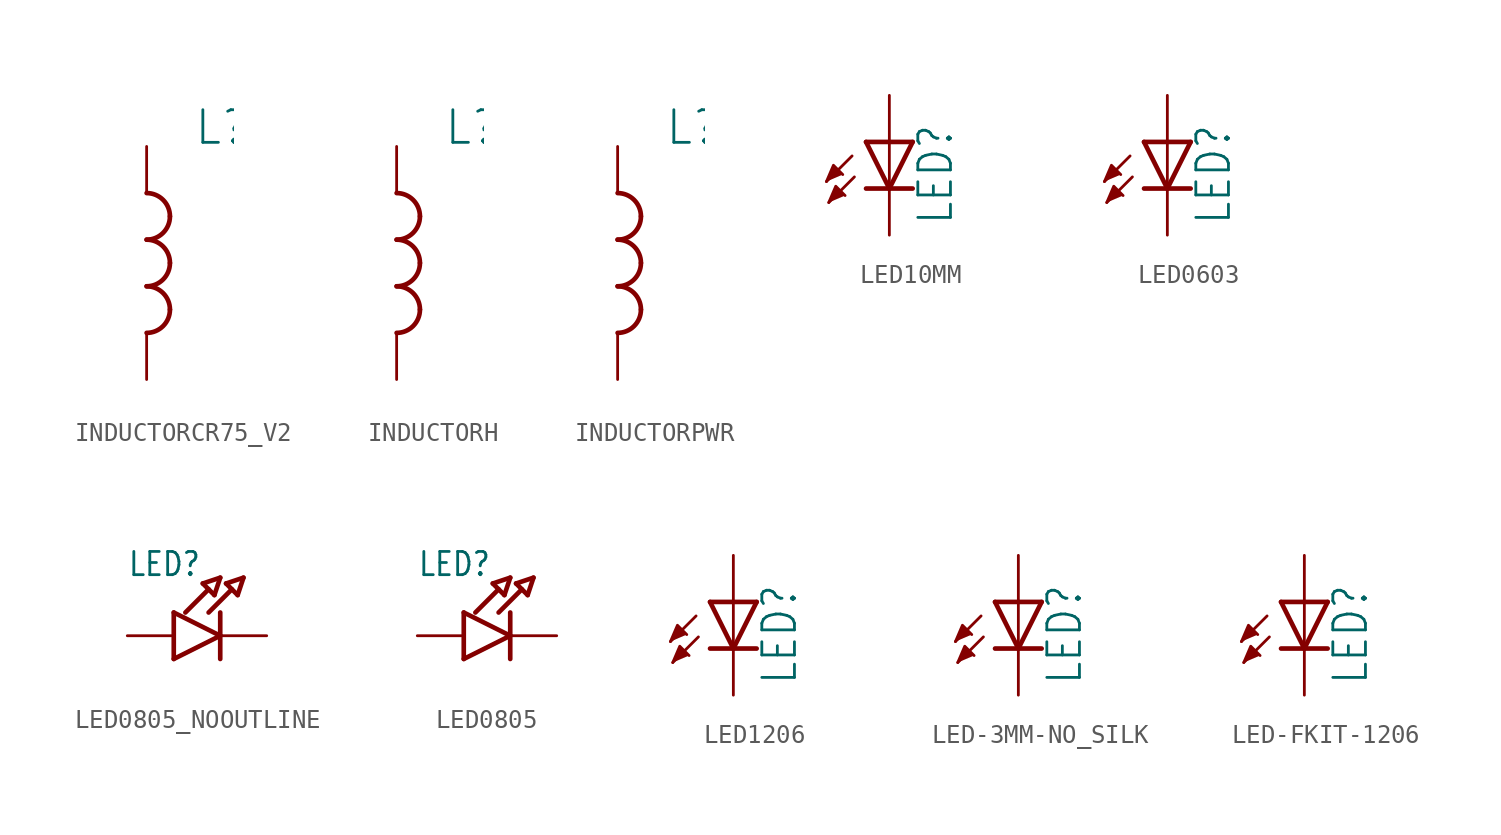
<source format=kicad_sym>
(kicad_symbol_lib
  (version 20231120)
  (generator "kicad_symbol_editor")
  (generator_version "8.0")
  (symbol "INDUCTORCR75_V2"
    (property "Reference" "L"
      (at 2.54 5.08 0)
      (effects (font (size 1.778 1.778)) (justify left bottom)))
    (property "Value" ""
      (at 2.54 -5.08 0)
      (effects (font (size 1.778 1.778)) (justify left bottom)))
    (property "ki_locked" ""
      (at 0 0 0)
      (effects (font (size 1.27 1.27))))
    (symbol "INDUCTORCR75_V2_1_0"
      (arc (start 0 -5.08) (mid 0.898 -4.708) (end 1.27 -3.81) (stroke (width 0.254) (type solid)) (fill (type none)))
      (arc (start 0 -2.54) (mid 0.898 -2.168) (end 1.27 -1.27) (stroke (width 0.254) (type solid)) (fill (type none)))
      (arc (start 0 0) (mid 0.898 0.372) (end 1.27 1.27) (stroke (width 0.254) (type solid)) (fill (type none)))
      (arc (start 1.27 -3.81) (mid 0.898 -2.912) (end 0 -2.54) (stroke (width 0.254) (type solid)) (fill (type none)))
      (arc (start 1.27 -1.27) (mid 0.898 -0.372) (end 0 0) (stroke (width 0.254) (type solid)) (fill (type none)))
      (arc (start 1.27 1.27) (mid 0.898 2.168) (end 0 2.54) (stroke (width 0.254) (type solid)) (fill (type none)))
      (pin passive line (at 0 5.08 270) (length 2.54) (name "1" (effects (font (size 0 0)))) (number "P$1" (effects (font (size 0 0)))))
      (pin passive line (at 0 -7.62 90) (length 2.54) (name "2" (effects (font (size 0 0)))) (number "P$2" (effects (font (size 0 0)))))))
  (symbol "INDUCTORH"
    (property "Reference" "L"
      (at 2.54 5.08 0)
      (effects (font (size 1.778 1.778)) (justify left bottom)))
    (property "Value" ""
      (at 2.54 -5.08 0)
      (effects (font (size 1.778 1.778)) (justify left bottom)))
    (property "ki_locked" ""
      (at 0 0 0)
      (effects (font (size 1.27 1.27))))
    (symbol "INDUCTORH_1_0"
      (arc (start 0 -5.08) (mid 0.898 -4.708) (end 1.27 -3.81) (stroke (width 0.254) (type solid)) (fill (type none)))
      (arc (start 0 -2.54) (mid 0.898 -2.168) (end 1.27 -1.27) (stroke (width 0.254) (type solid)) (fill (type none)))
      (arc (start 0 0) (mid 0.898 0.372) (end 1.27 1.27) (stroke (width 0.254) (type solid)) (fill (type none)))
      (arc (start 1.27 -3.81) (mid 0.898 -2.912) (end 0 -2.54) (stroke (width 0.254) (type solid)) (fill (type none)))
      (arc (start 1.27 -1.27) (mid 0.898 -0.372) (end 0 0) (stroke (width 0.254) (type solid)) (fill (type none)))
      (arc (start 1.27 1.27) (mid 0.898 2.168) (end 0 2.54) (stroke (width 0.254) (type solid)) (fill (type none)))
      (pin passive line (at 0 5.08 270) (length 2.54) (name "1" (effects (font (size 0 0)))) (number "P$1" (effects (font (size 0 0)))))
      (pin passive line (at 0 -7.62 90) (length 2.54) (name "2" (effects (font (size 0 0)))) (number "P$2" (effects (font (size 0 0)))))))
  (symbol "INDUCTORPWR"
    (property "Reference" "L"
      (at 2.54 5.08 0)
      (effects (font (size 1.778 1.778)) (justify left bottom)))
    (property "Value" ""
      (at 2.54 -5.08 0)
      (effects (font (size 1.778 1.778)) (justify left bottom)))
    (property "ki_locked" ""
      (at 0 0 0)
      (effects (font (size 1.27 1.27))))
    (symbol "INDUCTORPWR_1_0"
      (arc (start 0 -5.08) (mid 0.898 -4.708) (end 1.27 -3.81) (stroke (width 0.254) (type solid)) (fill (type none)))
      (arc (start 0 -2.54) (mid 0.898 -2.168) (end 1.27 -1.27) (stroke (width 0.254) (type solid)) (fill (type none)))
      (arc (start 0 0) (mid 0.898 0.372) (end 1.27 1.27) (stroke (width 0.254) (type solid)) (fill (type none)))
      (arc (start 1.27 -3.81) (mid 0.898 -2.912) (end 0 -2.54) (stroke (width 0.254) (type solid)) (fill (type none)))
      (arc (start 1.27 -1.27) (mid 0.898 -0.372) (end 0 0) (stroke (width 0.254) (type solid)) (fill (type none)))
      (arc (start 1.27 1.27) (mid 0.898 2.168) (end 0 2.54) (stroke (width 0.254) (type solid)) (fill (type none)))
      (pin passive line (at 0 5.08 270) (length 2.54) (name "1" (effects (font (size 0 0)))) (number "1" (effects (font (size 0 0)))))
      (pin passive line (at 0 -7.62 90) (length 2.54) (name "2" (effects (font (size 0 0)))) (number "2" (effects (font (size 0 0)))))))
  (symbol "LED10MM"
    (property "Reference" "LED"
      (at 3.556 -4.572 90)
      (effects (font (size 1.778 1.511)) (justify left bottom)))
    (property "Value" ""
      (at 5.715 -4.572 90)
      (effects (font (size 1.778 1.511)) (justify left bottom)))
    (property "ki_locked" ""
      (at 0 0 0)
      (effects (font (size 1.27 1.27))))
    (symbol "LED10MM_1_0"
      (polyline (pts (xy -2.032 -0.762) (xy -3.429 -2.159)) (stroke (width 0.152) (type solid)) (fill (type none)))
      (polyline (pts (xy -1.905 -1.905) (xy -3.302 -3.302)) (stroke (width 0.152) (type solid)) (fill (type none)))
      (polyline (pts (xy 0 -2.54) (xy -1.27 -2.54)) (stroke (width 0.254) (type solid)) (fill (type none)))
      (polyline (pts (xy 0 -2.54) (xy -1.27 0)) (stroke (width 0.254) (type solid)) (fill (type none)))
      (polyline (pts (xy 0 0) (xy -1.27 0)) (stroke (width 0.254) (type solid)) (fill (type none)))
      (polyline (pts (xy 0 0) (xy 0 -2.54)) (stroke (width 0.152) (type solid)) (fill (type none)))
      (polyline (pts (xy 1.27 -2.54) (xy 0 -2.54)) (stroke (width 0.254) (type solid)) (fill (type none)))
      (polyline (pts (xy 1.27 0) (xy 0 -2.54)) (stroke (width 0.254) (type solid)) (fill (type none)))
      (polyline (pts (xy 1.27 0) (xy 0 0)) (stroke (width 0.254) (type solid)) (fill (type none)))
      (polyline (pts (xy -3.429 -2.159) (xy -3.048 -1.27) (xy -2.54 -1.778)) (stroke (width 0.152) (type solid)) (fill (type outline)))
      (polyline (pts (xy -3.302 -3.302) (xy -2.921 -2.413) (xy -2.413 -2.921)) (stroke (width 0.152) (type solid)) (fill (type outline)))
      (pin passive line (at 0 2.54 270) (length 2.54) (name "A" (effects (font (size 0 0)))) (number "A" (effects (font (size 0 0)))))
      (pin passive line (at 0 -5.08 90) (length 2.54) (name "C" (effects (font (size 0 0)))) (number "C" (effects (font (size 0 0)))))))
  (symbol "LED0603"
    (property "Reference" "LED"
      (at 3.556 -4.572 90)
      (effects (font (size 1.778 1.511)) (justify left bottom)))
    (property "Value" ""
      (at 5.715 -4.572 90)
      (effects (font (size 1.778 1.511)) (justify left bottom)))
    (property "ki_locked" ""
      (at 0 0 0)
      (effects (font (size 1.27 1.27))))
    (symbol "LED0603_1_0"
      (polyline (pts (xy -2.032 -0.762) (xy -3.429 -2.159)) (stroke (width 0.152) (type solid)) (fill (type none)))
      (polyline (pts (xy -1.905 -1.905) (xy -3.302 -3.302)) (stroke (width 0.152) (type solid)) (fill (type none)))
      (polyline (pts (xy 0 -2.54) (xy -1.27 -2.54)) (stroke (width 0.254) (type solid)) (fill (type none)))
      (polyline (pts (xy 0 -2.54) (xy -1.27 0)) (stroke (width 0.254) (type solid)) (fill (type none)))
      (polyline (pts (xy 0 0) (xy -1.27 0)) (stroke (width 0.254) (type solid)) (fill (type none)))
      (polyline (pts (xy 0 0) (xy 0 -2.54)) (stroke (width 0.152) (type solid)) (fill (type none)))
      (polyline (pts (xy 1.27 -2.54) (xy 0 -2.54)) (stroke (width 0.254) (type solid)) (fill (type none)))
      (polyline (pts (xy 1.27 0) (xy 0 -2.54)) (stroke (width 0.254) (type solid)) (fill (type none)))
      (polyline (pts (xy 1.27 0) (xy 0 0)) (stroke (width 0.254) (type solid)) (fill (type none)))
      (polyline (pts (xy -3.429 -2.159) (xy -3.048 -1.27) (xy -2.54 -1.778)) (stroke (width 0.152) (type solid)) (fill (type outline)))
      (polyline (pts (xy -3.302 -3.302) (xy -2.921 -2.413) (xy -2.413 -2.921)) (stroke (width 0.152) (type solid)) (fill (type outline)))
      (pin passive line (at 0 2.54 270) (length 2.54) (name "A" (effects (font (size 0 0)))) (number "A" (effects (font (size 0 0)))))
      (pin passive line (at 0 -5.08 90) (length 2.54) (name "C" (effects (font (size 0 0)))) (number "C" (effects (font (size 0 0)))))))
  (symbol "LED0805_NOOUTLINE"
    (property "Reference" "LED"
      (at -5.08 3.175 0)
      (effects (font (size 1.27 1.079)) (justify left bottom)))
    (property "Value" ""
      (at -5.08 -2.794 0)
      (effects (font (size 1.27 1.079)) (justify left bottom)))
    (property "ki_locked" ""
      (at 0 0 0)
      (effects (font (size 1.27 1.27))))
    (symbol "LED0805_NOOUTLINE_1_0"
      (polyline (pts (xy -2.54 -1.27) (xy 0 0)) (stroke (width 0.254) (type solid)) (fill (type none)))
      (polyline (pts (xy -2.54 1.27) (xy -2.54 -1.27)) (stroke (width 0.254) (type solid)) (fill (type none)))
      (polyline (pts (xy -1.905 1.27) (xy -0.635 2.54)) (stroke (width 0.254) (type solid)) (fill (type none)))
      (polyline (pts (xy -0.953 2.857) (xy -0.318 2.223)) (stroke (width 0.254) (type solid)) (fill (type none)))
      (polyline (pts (xy -0.635 1.27) (xy 0.635 2.54)) (stroke (width 0.254) (type solid)) (fill (type none)))
      (polyline (pts (xy -0.318 2.223) (xy 0 3.175)) (stroke (width 0.254) (type solid)) (fill (type none)))
      (polyline (pts (xy 0 0) (xy -2.54 1.27)) (stroke (width 0.254) (type solid)) (fill (type none)))
      (polyline (pts (xy 0 0) (xy 0 -1.27)) (stroke (width 0.254) (type solid)) (fill (type none)))
      (polyline (pts (xy 0 1.27) (xy 0 0)) (stroke (width 0.254) (type solid)) (fill (type none)))
      (polyline (pts (xy 0 3.175) (xy -0.953 2.857)) (stroke (width 0.254) (type solid)) (fill (type none)))
      (polyline (pts (xy 0.318 2.857) (xy 0.953 2.223)) (stroke (width 0.254) (type solid)) (fill (type none)))
      (polyline (pts (xy 0.953 2.223) (xy 1.27 3.175)) (stroke (width 0.254) (type solid)) (fill (type none)))
      (polyline (pts (xy 1.27 3.175) (xy 0.318 2.857)) (stroke (width 0.254) (type solid)) (fill (type none)))
      (pin passive line (at -5.08 0 0) (length 2.54) (name "A" (effects (font (size 0 0)))) (number "A" (effects (font (size 0 0)))))
      (pin passive line (at 2.54 0 180) (length 2.54) (name "C" (effects (font (size 0 0)))) (number "C" (effects (font (size 0 0)))))))
  (symbol "LED0805"
    (property "Reference" "LED"
      (at -5.08 3.175 0)
      (effects (font (size 1.27 1.079)) (justify left bottom)))
    (property "Value" ""
      (at -5.08 -2.794 0)
      (effects (font (size 1.27 1.079)) (justify left bottom)))
    (property "ki_locked" ""
      (at 0 0 0)
      (effects (font (size 1.27 1.27))))
    (symbol "LED0805_1_0"
      (polyline (pts (xy -2.54 -1.27) (xy 0 0)) (stroke (width 0.254) (type solid)) (fill (type none)))
      (polyline (pts (xy -2.54 1.27) (xy -2.54 -1.27)) (stroke (width 0.254) (type solid)) (fill (type none)))
      (polyline (pts (xy -1.905 1.27) (xy -0.635 2.54)) (stroke (width 0.254) (type solid)) (fill (type none)))
      (polyline (pts (xy -0.953 2.857) (xy -0.318 2.223)) (stroke (width 0.254) (type solid)) (fill (type none)))
      (polyline (pts (xy -0.635 1.27) (xy 0.635 2.54)) (stroke (width 0.254) (type solid)) (fill (type none)))
      (polyline (pts (xy -0.318 2.223) (xy 0 3.175)) (stroke (width 0.254) (type solid)) (fill (type none)))
      (polyline (pts (xy 0 0) (xy -2.54 1.27)) (stroke (width 0.254) (type solid)) (fill (type none)))
      (polyline (pts (xy 0 0) (xy 0 -1.27)) (stroke (width 0.254) (type solid)) (fill (type none)))
      (polyline (pts (xy 0 1.27) (xy 0 0)) (stroke (width 0.254) (type solid)) (fill (type none)))
      (polyline (pts (xy 0 3.175) (xy -0.953 2.857)) (stroke (width 0.254) (type solid)) (fill (type none)))
      (polyline (pts (xy 0.318 2.857) (xy 0.953 2.223)) (stroke (width 0.254) (type solid)) (fill (type none)))
      (polyline (pts (xy 0.953 2.223) (xy 1.27 3.175)) (stroke (width 0.254) (type solid)) (fill (type none)))
      (polyline (pts (xy 1.27 3.175) (xy 0.318 2.857)) (stroke (width 0.254) (type solid)) (fill (type none)))
      (pin passive line (at -5.08 0 0) (length 2.54) (name "A" (effects (font (size 0 0)))) (number "A" (effects (font (size 0 0)))))
      (pin passive line (at 2.54 0 180) (length 2.54) (name "C" (effects (font (size 0 0)))) (number "C" (effects (font (size 0 0)))))))
  (symbol "LED1206"
    (property "Reference" "LED"
      (at 3.556 -4.572 90)
      (effects (font (size 1.778 1.511)) (justify left bottom)))
    (property "Value" ""
      (at 5.715 -4.572 90)
      (effects (font (size 1.778 1.511)) (justify left bottom)))
    (property "ki_locked" ""
      (at 0 0 0)
      (effects (font (size 1.27 1.27))))
    (symbol "LED1206_1_0"
      (polyline (pts (xy -2.032 -0.762) (xy -3.429 -2.159)) (stroke (width 0.152) (type solid)) (fill (type none)))
      (polyline (pts (xy -1.905 -1.905) (xy -3.302 -3.302)) (stroke (width 0.152) (type solid)) (fill (type none)))
      (polyline (pts (xy 0 -2.54) (xy -1.27 -2.54)) (stroke (width 0.254) (type solid)) (fill (type none)))
      (polyline (pts (xy 0 -2.54) (xy -1.27 0)) (stroke (width 0.254) (type solid)) (fill (type none)))
      (polyline (pts (xy 0 0) (xy -1.27 0)) (stroke (width 0.254) (type solid)) (fill (type none)))
      (polyline (pts (xy 0 0) (xy 0 -2.54)) (stroke (width 0.152) (type solid)) (fill (type none)))
      (polyline (pts (xy 1.27 -2.54) (xy 0 -2.54)) (stroke (width 0.254) (type solid)) (fill (type none)))
      (polyline (pts (xy 1.27 0) (xy 0 -2.54)) (stroke (width 0.254) (type solid)) (fill (type none)))
      (polyline (pts (xy 1.27 0) (xy 0 0)) (stroke (width 0.254) (type solid)) (fill (type none)))
      (polyline (pts (xy -3.429 -2.159) (xy -3.048 -1.27) (xy -2.54 -1.778)) (stroke (width 0.152) (type solid)) (fill (type outline)))
      (polyline (pts (xy -3.302 -3.302) (xy -2.921 -2.413) (xy -2.413 -2.921)) (stroke (width 0.152) (type solid)) (fill (type outline)))
      (pin passive line (at 0 2.54 270) (length 2.54) (name "A" (effects (font (size 0 0)))) (number "A" (effects (font (size 0 0)))))
      (pin passive line (at 0 -5.08 90) (length 2.54) (name "C" (effects (font (size 0 0)))) (number "C" (effects (font (size 0 0)))))))
  (symbol "LED-3MM-NO_SILK"
    (property "Reference" "LED"
      (at 3.556 -4.572 90)
      (effects (font (size 1.778 1.511)) (justify left bottom)))
    (property "Value" ""
      (at 5.715 -4.572 90)
      (effects (font (size 1.778 1.511)) (justify left bottom)))
    (property "ki_locked" ""
      (at 0 0 0)
      (effects (font (size 1.27 1.27))))
    (symbol "LED-3MM-NO_SILK_1_0"
      (polyline (pts (xy -2.032 -0.762) (xy -3.429 -2.159)) (stroke (width 0.152) (type solid)) (fill (type none)))
      (polyline (pts (xy -1.905 -1.905) (xy -3.302 -3.302)) (stroke (width 0.152) (type solid)) (fill (type none)))
      (polyline (pts (xy 0 -2.54) (xy -1.27 -2.54)) (stroke (width 0.254) (type solid)) (fill (type none)))
      (polyline (pts (xy 0 -2.54) (xy -1.27 0)) (stroke (width 0.254) (type solid)) (fill (type none)))
      (polyline (pts (xy 0 0) (xy -1.27 0)) (stroke (width 0.254) (type solid)) (fill (type none)))
      (polyline (pts (xy 0 0) (xy 0 -2.54)) (stroke (width 0.152) (type solid)) (fill (type none)))
      (polyline (pts (xy 1.27 -2.54) (xy 0 -2.54)) (stroke (width 0.254) (type solid)) (fill (type none)))
      (polyline (pts (xy 1.27 0) (xy 0 -2.54)) (stroke (width 0.254) (type solid)) (fill (type none)))
      (polyline (pts (xy 1.27 0) (xy 0 0)) (stroke (width 0.254) (type solid)) (fill (type none)))
      (polyline (pts (xy -3.429 -2.159) (xy -3.048 -1.27) (xy -2.54 -1.778)) (stroke (width 0.152) (type solid)) (fill (type outline)))
      (polyline (pts (xy -3.302 -3.302) (xy -2.921 -2.413) (xy -2.413 -2.921)) (stroke (width 0.152) (type solid)) (fill (type outline)))
      (pin passive line (at 0 2.54 270) (length 2.54) (name "A" (effects (font (size 0 0)))) (number "A" (effects (font (size 0 0)))))
      (pin passive line (at 0 -5.08 90) (length 2.54) (name "C" (effects (font (size 0 0)))) (number "K" (effects (font (size 0 0)))))))
  (symbol "LED-FKIT-1206"
    (property "Reference" "LED"
      (at 3.556 -4.572 90)
      (effects (font (size 1.778 1.511)) (justify left bottom)))
    (property "Value" ""
      (at 5.715 -4.572 90)
      (effects (font (size 1.778 1.511)) (justify left bottom)))
    (property "ki_locked" ""
      (at 0 0 0)
      (effects (font (size 1.27 1.27))))
    (symbol "LED-FKIT-1206_1_0"
      (polyline (pts (xy -2.032 -0.762) (xy -3.429 -2.159)) (stroke (width 0.152) (type solid)) (fill (type none)))
      (polyline (pts (xy -1.905 -1.905) (xy -3.302 -3.302)) (stroke (width 0.152) (type solid)) (fill (type none)))
      (polyline (pts (xy 0 -2.54) (xy -1.27 -2.54)) (stroke (width 0.254) (type solid)) (fill (type none)))
      (polyline (pts (xy 0 -2.54) (xy -1.27 0)) (stroke (width 0.254) (type solid)) (fill (type none)))
      (polyline (pts (xy 0 0) (xy -1.27 0)) (stroke (width 0.254) (type solid)) (fill (type none)))
      (polyline (pts (xy 0 0) (xy 0 -2.54)) (stroke (width 0.152) (type solid)) (fill (type none)))
      (polyline (pts (xy 1.27 -2.54) (xy 0 -2.54)) (stroke (width 0.254) (type solid)) (fill (type none)))
      (polyline (pts (xy 1.27 0) (xy 0 -2.54)) (stroke (width 0.254) (type solid)) (fill (type none)))
      (polyline (pts (xy 1.27 0) (xy 0 0)) (stroke (width 0.254) (type solid)) (fill (type none)))
      (polyline (pts (xy -3.429 -2.159) (xy -3.048 -1.27) (xy -2.54 -1.778)) (stroke (width 0.152) (type solid)) (fill (type outline)))
      (polyline (pts (xy -3.302 -3.302) (xy -2.921 -2.413) (xy -2.413 -2.921)) (stroke (width 0.152) (type solid)) (fill (type outline)))
      (pin passive line (at 0 2.54 270) (length 2.54) (name "A" (effects (font (size 0 0)))) (number "A" (effects (font (size 0 0)))))
      (pin passive line (at 0 -5.08 90) (length 2.54) (name "C" (effects (font (size 0 0)))) (number "C" (effects (font (size 0 0))))))))
</source>
